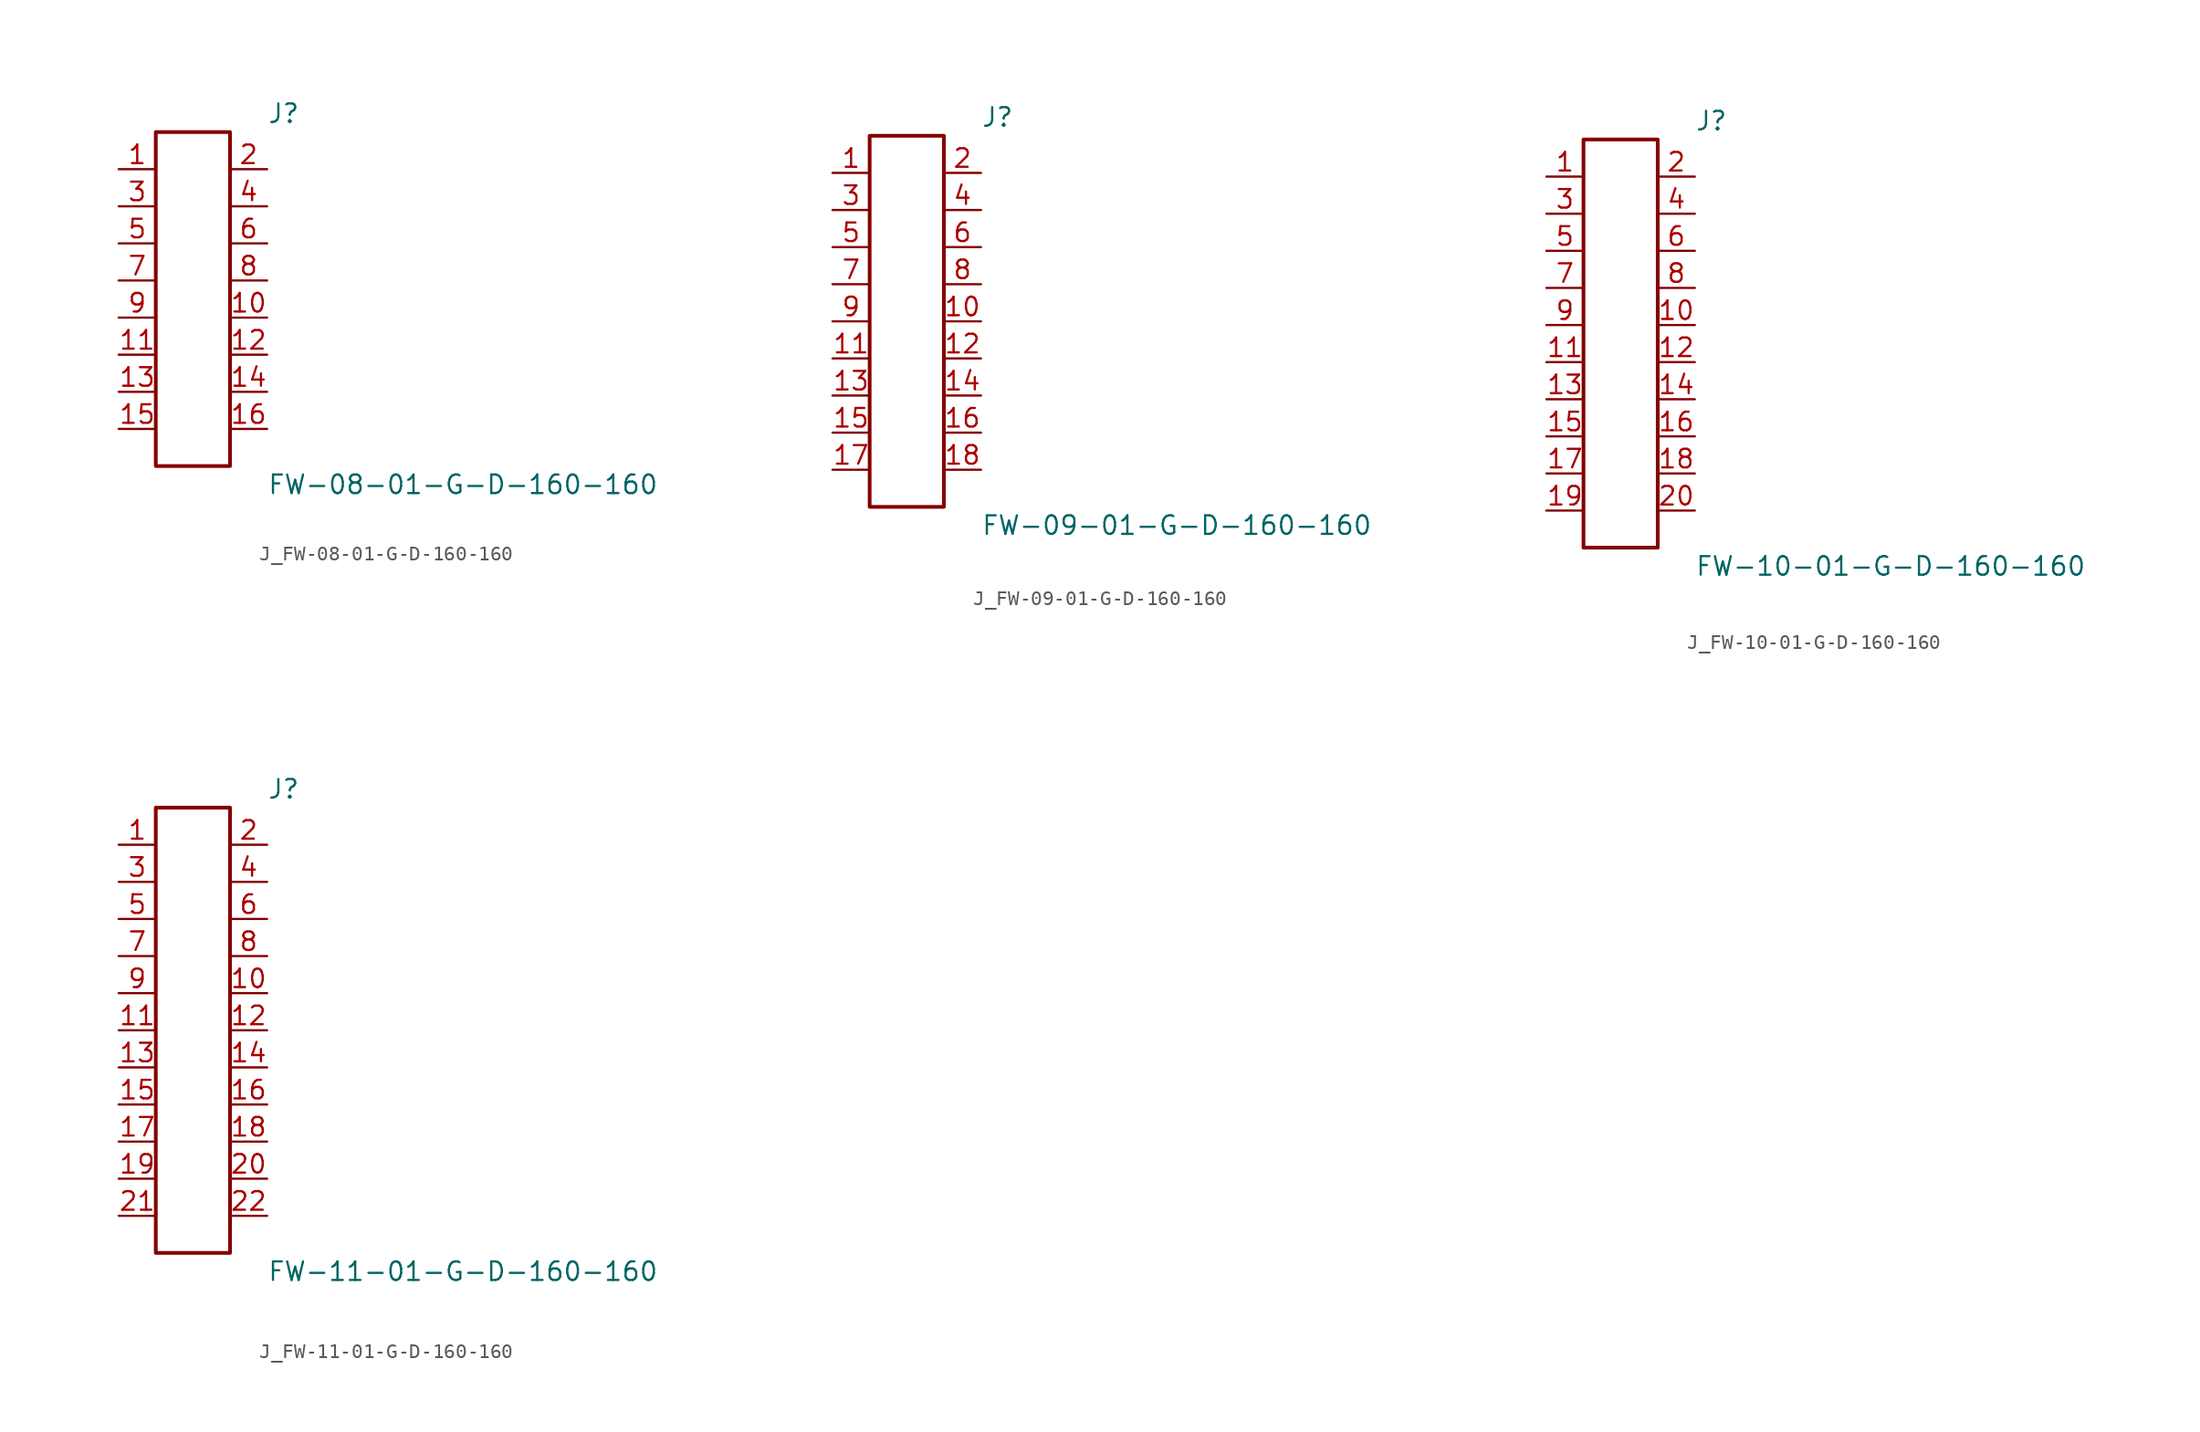
<source format=kicad_sym>
(kicad_symbol_lib
  (version 20231120)
  (generator kicad_symbol_editor)
  (generator_version 8.0)
  (symbol "J_FW-08-01-G-D-160-160"
    (pin_names
      (offset 0.254))
    (property "Reference" "J"
      (at 5.08 12.7 0)
      (effects (font (size 1.27 1.27)) (justify left)))
    (property "Value" "FW-08-01-G-D-160-160"
      (at 5.08 -12.7 0)
      (effects (font (size 1.27 1.27)) (justify left)))
    (symbol "J_FW-08-01-G-D-160-160_0_0"
      (pin unspecified line (at -5.08 8.89 0) (length 2.54) (name "" (effects (font (size 1.27 1.27)))) (number "1" (effects (font (size 1.27 1.27)))))
      (pin unspecified line (at 5.08 8.89 180) (length 2.54) (name "" (effects (font (size 1.27 1.27)))) (number "2" (effects (font (size 1.27 1.27)))))
      (pin unspecified line (at -5.08 6.35 0) (length 2.54) (name "" (effects (font (size 1.27 1.27)))) (number "3" (effects (font (size 1.27 1.27)))))
      (pin unspecified line (at 5.08 6.35 180) (length 2.54) (name "" (effects (font (size 1.27 1.27)))) (number "4" (effects (font (size 1.27 1.27)))))
      (pin unspecified line (at -5.08 3.81 0) (length 2.54) (name "" (effects (font (size 1.27 1.27)))) (number "5" (effects (font (size 1.27 1.27)))))
      (pin unspecified line (at 5.08 3.81 180) (length 2.54) (name "" (effects (font (size 1.27 1.27)))) (number "6" (effects (font (size 1.27 1.27)))))
      (pin unspecified line (at -5.08 1.27 0) (length 2.54) (name "" (effects (font (size 1.27 1.27)))) (number "7" (effects (font (size 1.27 1.27)))))
      (pin unspecified line (at 5.08 1.27 180) (length 2.54) (name "" (effects (font (size 1.27 1.27)))) (number "8" (effects (font (size 1.27 1.27)))))
      (pin unspecified line (at -5.08 -1.27 0) (length 2.54) (name "" (effects (font (size 1.27 1.27)))) (number "9" (effects (font (size 1.27 1.27)))))
      (pin unspecified line (at 5.08 -1.27 180) (length 2.54) (name "" (effects (font (size 1.27 1.27)))) (number "10" (effects (font (size 1.27 1.27)))))
      (pin unspecified line (at -5.08 -3.81 0) (length 2.54) (name "" (effects (font (size 1.27 1.27)))) (number "11" (effects (font (size 1.27 1.27)))))
      (pin unspecified line (at 5.08 -3.81 180) (length 2.54) (name "" (effects (font (size 1.27 1.27)))) (number "12" (effects (font (size 1.27 1.27)))))
      (pin unspecified line (at -5.08 -6.35 0) (length 2.54) (name "" (effects (font (size 1.27 1.27)))) (number "13" (effects (font (size 1.27 1.27)))))
      (pin unspecified line (at 5.08 -6.35 180) (length 2.54) (name "" (effects (font (size 1.27 1.27)))) (number "14" (effects (font (size 1.27 1.27)))))
      (pin unspecified line (at -5.08 -8.89 0) (length 2.54) (name "" (effects (font (size 1.27 1.27)))) (number "15" (effects (font (size 1.27 1.27)))))
      (pin unspecified line (at 5.08 -8.89 180) (length 2.54) (name "" (effects (font (size 1.27 1.27)))) (number "16" (effects (font (size 1.27 1.27))))))
    (symbol "J_FW-08-01-G-D-160-160_1_0"
      (rectangle (start -2.54 11.43) (end 2.54 -11.43) (stroke (width 0.254) (type solid)) (fill (type none)))))
  (symbol "J_FW-09-01-G-D-160-160"
    (pin_names
      (offset 0.254))
    (property "Reference" "J"
      (at 5.08 13.97 0)
      (effects (font (size 1.27 1.27)) (justify left)))
    (property "Value" "FW-09-01-G-D-160-160"
      (at 5.08 -13.97 0)
      (effects (font (size 1.27 1.27)) (justify left)))
    (symbol "J_FW-09-01-G-D-160-160_0_0"
      (pin unspecified line (at -5.08 10.16 0) (length 2.54) (name "" (effects (font (size 1.27 1.27)))) (number "1" (effects (font (size 1.27 1.27)))))
      (pin unspecified line (at 5.08 10.16 180) (length 2.54) (name "" (effects (font (size 1.27 1.27)))) (number "2" (effects (font (size 1.27 1.27)))))
      (pin unspecified line (at -5.08 7.62 0) (length 2.54) (name "" (effects (font (size 1.27 1.27)))) (number "3" (effects (font (size 1.27 1.27)))))
      (pin unspecified line (at 5.08 7.62 180) (length 2.54) (name "" (effects (font (size 1.27 1.27)))) (number "4" (effects (font (size 1.27 1.27)))))
      (pin unspecified line (at -5.08 5.08 0) (length 2.54) (name "" (effects (font (size 1.27 1.27)))) (number "5" (effects (font (size 1.27 1.27)))))
      (pin unspecified line (at 5.08 5.08 180) (length 2.54) (name "" (effects (font (size 1.27 1.27)))) (number "6" (effects (font (size 1.27 1.27)))))
      (pin unspecified line (at -5.08 2.54 0) (length 2.54) (name "" (effects (font (size 1.27 1.27)))) (number "7" (effects (font (size 1.27 1.27)))))
      (pin unspecified line (at 5.08 2.54 180) (length 2.54) (name "" (effects (font (size 1.27 1.27)))) (number "8" (effects (font (size 1.27 1.27)))))
      (pin unspecified line (at -5.08 0.0 0) (length 2.54) (name "" (effects (font (size 1.27 1.27)))) (number "9" (effects (font (size 1.27 1.27)))))
      (pin unspecified line (at 5.08 0.0 180) (length 2.54) (name "" (effects (font (size 1.27 1.27)))) (number "10" (effects (font (size 1.27 1.27)))))
      (pin unspecified line (at -5.08 -2.54 0) (length 2.54) (name "" (effects (font (size 1.27 1.27)))) (number "11" (effects (font (size 1.27 1.27)))))
      (pin unspecified line (at 5.08 -2.54 180) (length 2.54) (name "" (effects (font (size 1.27 1.27)))) (number "12" (effects (font (size 1.27 1.27)))))
      (pin unspecified line (at -5.08 -5.08 0) (length 2.54) (name "" (effects (font (size 1.27 1.27)))) (number "13" (effects (font (size 1.27 1.27)))))
      (pin unspecified line (at 5.08 -5.08 180) (length 2.54) (name "" (effects (font (size 1.27 1.27)))) (number "14" (effects (font (size 1.27 1.27)))))
      (pin unspecified line (at -5.08 -7.62 0) (length 2.54) (name "" (effects (font (size 1.27 1.27)))) (number "15" (effects (font (size 1.27 1.27)))))
      (pin unspecified line (at 5.08 -7.62 180) (length 2.54) (name "" (effects (font (size 1.27 1.27)))) (number "16" (effects (font (size 1.27 1.27)))))
      (pin unspecified line (at -5.08 -10.16 0) (length 2.54) (name "" (effects (font (size 1.27 1.27)))) (number "17" (effects (font (size 1.27 1.27)))))
      (pin unspecified line (at 5.08 -10.16 180) (length 2.54) (name "" (effects (font (size 1.27 1.27)))) (number "18" (effects (font (size 1.27 1.27))))))
    (symbol "J_FW-09-01-G-D-160-160_1_0"
      (rectangle (start -2.54 12.7) (end 2.54 -12.7) (stroke (width 0.254) (type solid)) (fill (type none)))))
  (symbol "J_FW-10-01-G-D-160-160"
    (pin_names
      (offset 0.254))
    (property "Reference" "J"
      (at 5.08 15.24 0)
      (effects (font (size 1.27 1.27)) (justify left)))
    (property "Value" "FW-10-01-G-D-160-160"
      (at 5.08 -15.24 0)
      (effects (font (size 1.27 1.27)) (justify left)))
    (symbol "J_FW-10-01-G-D-160-160_0_0"
      (pin unspecified line (at -5.08 11.43 0) (length 2.54) (name "" (effects (font (size 1.27 1.27)))) (number "1" (effects (font (size 1.27 1.27)))))
      (pin unspecified line (at 5.08 11.43 180) (length 2.54) (name "" (effects (font (size 1.27 1.27)))) (number "2" (effects (font (size 1.27 1.27)))))
      (pin unspecified line (at -5.08 8.89 0) (length 2.54) (name "" (effects (font (size 1.27 1.27)))) (number "3" (effects (font (size 1.27 1.27)))))
      (pin unspecified line (at 5.08 8.89 180) (length 2.54) (name "" (effects (font (size 1.27 1.27)))) (number "4" (effects (font (size 1.27 1.27)))))
      (pin unspecified line (at -5.08 6.35 0) (length 2.54) (name "" (effects (font (size 1.27 1.27)))) (number "5" (effects (font (size 1.27 1.27)))))
      (pin unspecified line (at 5.08 6.35 180) (length 2.54) (name "" (effects (font (size 1.27 1.27)))) (number "6" (effects (font (size 1.27 1.27)))))
      (pin unspecified line (at -5.08 3.81 0) (length 2.54) (name "" (effects (font (size 1.27 1.27)))) (number "7" (effects (font (size 1.27 1.27)))))
      (pin unspecified line (at 5.08 3.81 180) (length 2.54) (name "" (effects (font (size 1.27 1.27)))) (number "8" (effects (font (size 1.27 1.27)))))
      (pin unspecified line (at -5.08 1.27 0) (length 2.54) (name "" (effects (font (size 1.27 1.27)))) (number "9" (effects (font (size 1.27 1.27)))))
      (pin unspecified line (at 5.08 1.27 180) (length 2.54) (name "" (effects (font (size 1.27 1.27)))) (number "10" (effects (font (size 1.27 1.27)))))
      (pin unspecified line (at -5.08 -1.27 0) (length 2.54) (name "" (effects (font (size 1.27 1.27)))) (number "11" (effects (font (size 1.27 1.27)))))
      (pin unspecified line (at 5.08 -1.27 180) (length 2.54) (name "" (effects (font (size 1.27 1.27)))) (number "12" (effects (font (size 1.27 1.27)))))
      (pin unspecified line (at -5.08 -3.81 0) (length 2.54) (name "" (effects (font (size 1.27 1.27)))) (number "13" (effects (font (size 1.27 1.27)))))
      (pin unspecified line (at 5.08 -3.81 180) (length 2.54) (name "" (effects (font (size 1.27 1.27)))) (number "14" (effects (font (size 1.27 1.27)))))
      (pin unspecified line (at -5.08 -6.35 0) (length 2.54) (name "" (effects (font (size 1.27 1.27)))) (number "15" (effects (font (size 1.27 1.27)))))
      (pin unspecified line (at 5.08 -6.35 180) (length 2.54) (name "" (effects (font (size 1.27 1.27)))) (number "16" (effects (font (size 1.27 1.27)))))
      (pin unspecified line (at -5.08 -8.89 0) (length 2.54) (name "" (effects (font (size 1.27 1.27)))) (number "17" (effects (font (size 1.27 1.27)))))
      (pin unspecified line (at 5.08 -8.89 180) (length 2.54) (name "" (effects (font (size 1.27 1.27)))) (number "18" (effects (font (size 1.27 1.27)))))
      (pin unspecified line (at -5.08 -11.43 0) (length 2.54) (name "" (effects (font (size 1.27 1.27)))) (number "19" (effects (font (size 1.27 1.27)))))
      (pin unspecified line (at 5.08 -11.43 180) (length 2.54) (name "" (effects (font (size 1.27 1.27)))) (number "20" (effects (font (size 1.27 1.27))))))
    (symbol "J_FW-10-01-G-D-160-160_1_0"
      (rectangle (start -2.54 13.97) (end 2.54 -13.97) (stroke (width 0.254) (type solid)) (fill (type none)))))
  (symbol "J_FW-11-01-G-D-160-160"
    (pin_names
      (offset 0.254))
    (property "Reference" "J"
      (at 5.08 16.51 0)
      (effects (font (size 1.27 1.27)) (justify left)))
    (property "Value" "FW-11-01-G-D-160-160"
      (at 5.08 -16.51 0)
      (effects (font (size 1.27 1.27)) (justify left)))
    (symbol "J_FW-11-01-G-D-160-160_0_0"
      (pin unspecified line (at -5.08 12.7 0) (length 2.54) (name "" (effects (font (size 1.27 1.27)))) (number "1" (effects (font (size 1.27 1.27)))))
      (pin unspecified line (at 5.08 12.7 180) (length 2.54) (name "" (effects (font (size 1.27 1.27)))) (number "2" (effects (font (size 1.27 1.27)))))
      (pin unspecified line (at -5.08 10.16 0) (length 2.54) (name "" (effects (font (size 1.27 1.27)))) (number "3" (effects (font (size 1.27 1.27)))))
      (pin unspecified line (at 5.08 10.16 180) (length 2.54) (name "" (effects (font (size 1.27 1.27)))) (number "4" (effects (font (size 1.27 1.27)))))
      (pin unspecified line (at -5.08 7.62 0) (length 2.54) (name "" (effects (font (size 1.27 1.27)))) (number "5" (effects (font (size 1.27 1.27)))))
      (pin unspecified line (at 5.08 7.62 180) (length 2.54) (name "" (effects (font (size 1.27 1.27)))) (number "6" (effects (font (size 1.27 1.27)))))
      (pin unspecified line (at -5.08 5.08 0) (length 2.54) (name "" (effects (font (size 1.27 1.27)))) (number "7" (effects (font (size 1.27 1.27)))))
      (pin unspecified line (at 5.08 5.08 180) (length 2.54) (name "" (effects (font (size 1.27 1.27)))) (number "8" (effects (font (size 1.27 1.27)))))
      (pin unspecified line (at -5.08 2.54 0) (length 2.54) (name "" (effects (font (size 1.27 1.27)))) (number "9" (effects (font (size 1.27 1.27)))))
      (pin unspecified line (at 5.08 2.54 180) (length 2.54) (name "" (effects (font (size 1.27 1.27)))) (number "10" (effects (font (size 1.27 1.27)))))
      (pin unspecified line (at -5.08 0.0 0) (length 2.54) (name "" (effects (font (size 1.27 1.27)))) (number "11" (effects (font (size 1.27 1.27)))))
      (pin unspecified line (at 5.08 0.0 180) (length 2.54) (name "" (effects (font (size 1.27 1.27)))) (number "12" (effects (font (size 1.27 1.27)))))
      (pin unspecified line (at -5.08 -2.54 0) (length 2.54) (name "" (effects (font (size 1.27 1.27)))) (number "13" (effects (font (size 1.27 1.27)))))
      (pin unspecified line (at 5.08 -2.54 180) (length 2.54) (name "" (effects (font (size 1.27 1.27)))) (number "14" (effects (font (size 1.27 1.27)))))
      (pin unspecified line (at -5.08 -5.08 0) (length 2.54) (name "" (effects (font (size 1.27 1.27)))) (number "15" (effects (font (size 1.27 1.27)))))
      (pin unspecified line (at 5.08 -5.08 180) (length 2.54) (name "" (effects (font (size 1.27 1.27)))) (number "16" (effects (font (size 1.27 1.27)))))
      (pin unspecified line (at -5.08 -7.62 0) (length 2.54) (name "" (effects (font (size 1.27 1.27)))) (number "17" (effects (font (size 1.27 1.27)))))
      (pin unspecified line (at 5.08 -7.62 180) (length 2.54) (name "" (effects (font (size 1.27 1.27)))) (number "18" (effects (font (size 1.27 1.27)))))
      (pin unspecified line (at -5.08 -10.16 0) (length 2.54) (name "" (effects (font (size 1.27 1.27)))) (number "19" (effects (font (size 1.27 1.27)))))
      (pin unspecified line (at 5.08 -10.16 180) (length 2.54) (name "" (effects (font (size 1.27 1.27)))) (number "20" (effects (font (size 1.27 1.27)))))
      (pin unspecified line (at -5.08 -12.7 0) (length 2.54) (name "" (effects (font (size 1.27 1.27)))) (number "21" (effects (font (size 1.27 1.27)))))
      (pin unspecified line (at 5.08 -12.7 180) (length 2.54) (name "" (effects (font (size 1.27 1.27)))) (number "22" (effects (font (size 1.27 1.27))))))
    (symbol "J_FW-11-01-G-D-160-160_1_0"
      (rectangle (start -2.54 15.24) (end 2.54 -15.24) (stroke (width 0.254) (type solid)) (fill (type none))))))
</source>
